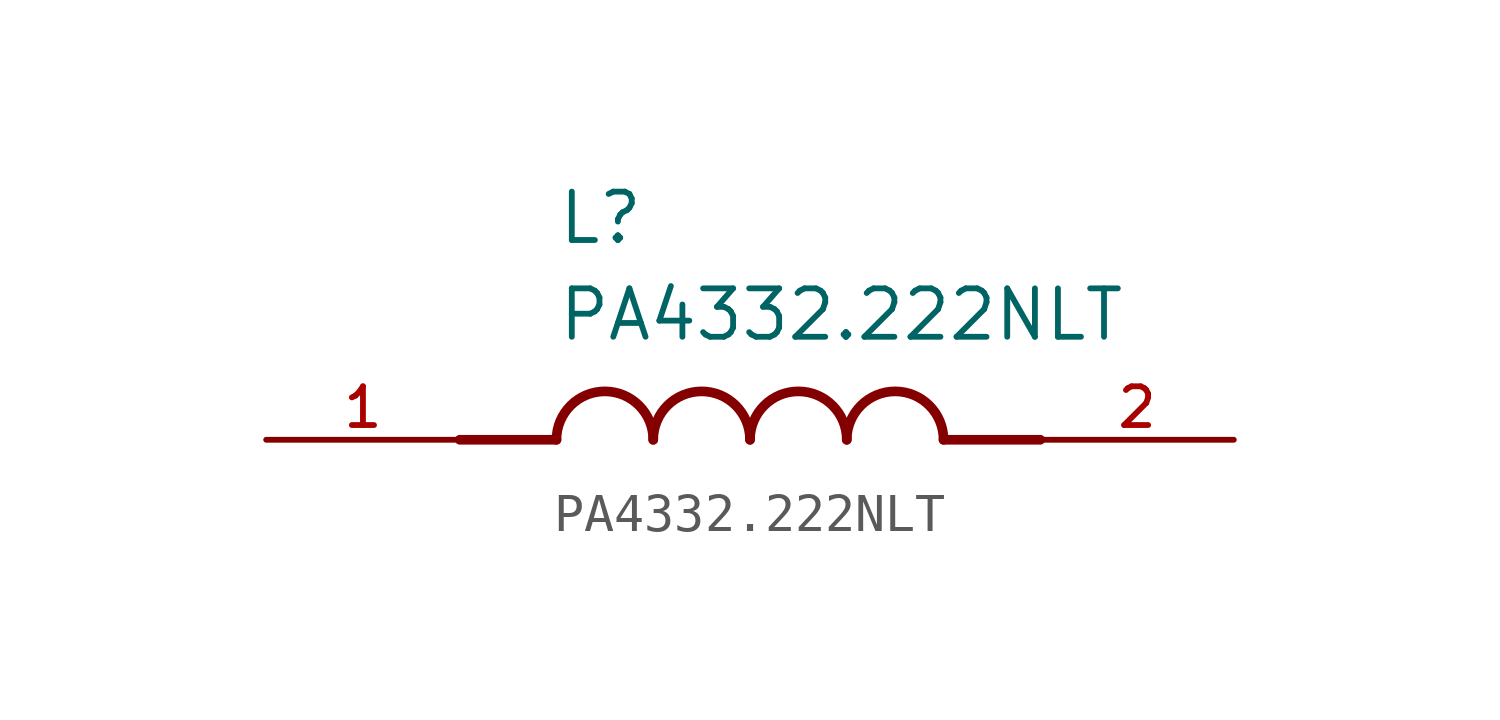
<source format=kicad_sym>
(kicad_symbol_lib
  (version 20211014)
  (generator kicad_symbol_editor)
  (symbol "PA4332.222NLT"
    (pin_names
      (offset 1.016))
    (property "Reference" "L"
      (at -5.08 5.08 0)
      (effects (font (size 1.27 1.27)) (justify bottom left)))
    (property "Value" "PA4332.222NLT"
      (at -5.08 2.54 0)
      (effects (font (size 1.27 1.27)) (justify bottom left)))
    (symbol "PA4332.222NLT_0_0"
      (polyline (pts (xy -5.08 0.0) (xy -7.62 0.0)) (stroke (width 0.254)))
      (polyline (pts (xy 5.08 0.0) (xy 7.62 0.0)) (stroke (width 0.254)))
      (arc (start -2.54 0.0) (mid -3.81 1.27) (end -5.08 0.0) (stroke (width 0.254) (type default) (color 0 0 0 0)) (fill (type none)))
      (arc (start 0.0 0.0) (mid -1.27 1.27) (end -2.54 0.0) (stroke (width 0.254) (type default) (color 0 0 0 0)) (fill (type none)))
      (arc (start 2.54 0.0) (mid 1.27 1.27) (end 0.0 0.0) (stroke (width 0.254) (type default) (color 0 0 0 0)) (fill (type none)))
      (arc (start 5.08 0.0) (mid 3.81 1.27) (end 2.54 0.0) (stroke (width 0.254) (type default) (color 0 0 0 0)) (fill (type none)))
      (pin passive line (at -12.7 0.0 0) (length 5.08) (name "~" (effects (font (size 1.016 1.016)))) (number "1" (effects (font (size 1.016 1.016)))))
      (pin passive line (at 12.7 0.0 180.0) (length 5.08) (name "~" (effects (font (size 1.016 1.016)))) (number "2" (effects (font (size 1.016 1.016))))))))
</source>
